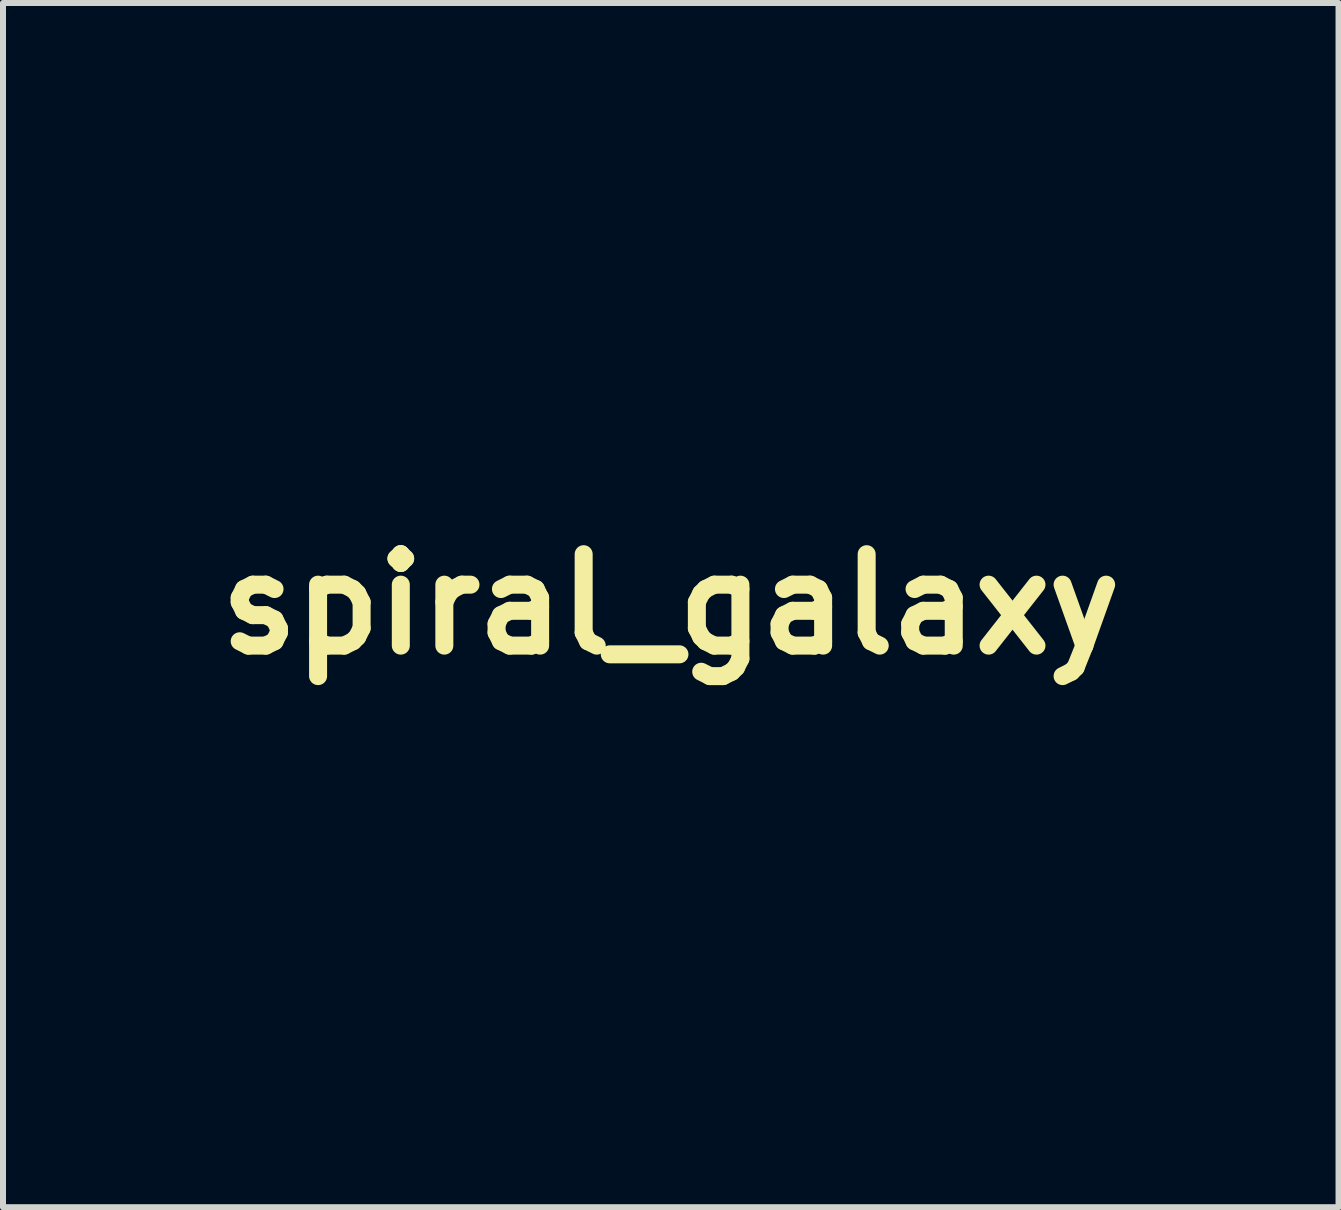
<source format=kicad_pcb>
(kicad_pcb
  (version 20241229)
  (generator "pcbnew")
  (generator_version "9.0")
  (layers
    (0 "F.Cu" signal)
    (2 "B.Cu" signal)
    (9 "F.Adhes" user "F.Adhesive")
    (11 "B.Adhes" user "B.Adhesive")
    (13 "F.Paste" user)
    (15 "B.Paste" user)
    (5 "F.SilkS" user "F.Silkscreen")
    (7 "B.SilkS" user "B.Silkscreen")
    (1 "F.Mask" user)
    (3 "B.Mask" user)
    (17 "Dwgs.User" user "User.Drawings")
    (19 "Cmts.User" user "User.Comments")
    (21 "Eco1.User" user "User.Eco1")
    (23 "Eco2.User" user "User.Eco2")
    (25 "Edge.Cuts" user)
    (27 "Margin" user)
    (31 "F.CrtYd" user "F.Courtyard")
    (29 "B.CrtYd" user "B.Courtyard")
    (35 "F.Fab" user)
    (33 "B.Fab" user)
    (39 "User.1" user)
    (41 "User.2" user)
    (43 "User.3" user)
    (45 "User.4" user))
  (footprint "spiral_galaxy"
    (layer "F.Cu")
    (at 8.13 7.022)
    (property "Reference" "spiral_galaxy" (at 0 0 0) (layer "F.SilkS") (effects (font (size 1.524 1.524) (thickness 0.3))))
    (attr through_hole)
    (fp_poly (pts (xy 0.244 -0.988) (xy 0.345 -0.951) (xy 0.528 -0.84) (xy 0.679 -0.683) (xy 0.789 -0.494) (xy 0.849 -0.287) (xy 0.857 -0.175) (xy 0.828 0.041) (xy 0.745 0.237) (xy 0.617 0.406) (xy 0.454 0.54) (xy 0.264 0.632) (xy 0.056 0.675) (xy -0.148 0.664) (xy -0.36 0.594) (xy -0.547 0.474) (xy -0.698 0.312) (xy -0.802 0.119) (xy -0.808 0.102) (xy -0.853 -0.117) (xy -0.849 -0.175) (xy -0.362 -0.175) (xy -0.334 -0.031) (xy -0.26 0.082) (xy -0.152 0.159) (xy -0.022 0.191) (xy 0.116 0.172) (xy 0.191 0.137) (xy 0.295 0.043) (xy 0.352 -0.078) (xy 0.363 -0.211) (xy 0.327 -0.339) (xy 0.244 -0.448) (xy 0.191 -0.487) (xy 0.053 -0.536) (xy -0.083 -0.531) (xy -0.205 -0.478) (xy -0.299 -0.384) (xy -0.353 -0.256) (xy -0.362 -0.175) (xy -0.849 -0.175) (xy -0.841 -0.326) (xy -0.78 -0.518) (xy -0.676 -0.689) (xy -0.536 -0.831) (xy -0.367 -0.938) (xy -0.176 -1.004) (xy 0.03 -1.023) (xy 0.244 -0.988)) (stroke (width 0.01) (type solid)) (fill yes) (layer "F.Mask"))
    (fp_poly (pts (xy 7.936 -1.25) (xy 7.974 -1.236) (xy 8.05 -1.191) (xy 8.097 -1.141) (xy 8.116 -1.069) (xy 8.125 -0.945) (xy 8.126 -0.778) (xy 8.118 -0.58) (xy 8.102 -0.361) (xy 8.094 -0.281) (xy 7.993 0.402) (xy 7.832 1.069) (xy 7.613 1.714) (xy 7.337 2.336) (xy 7.008 2.93) (xy 6.626 3.494) (xy 6.194 4.022) (xy 5.714 4.512) (xy 5.188 4.961) (xy 5.101 5.028) (xy 4.965 5.112) (xy 4.852 5.14) (xy 4.756 5.113) (xy 4.705 5.07) (xy 4.652 4.982) (xy 4.636 4.902) (xy 4.645 4.843) (xy 4.677 4.782) (xy 4.74 4.711) (xy 4.841 4.621) (xy 4.986 4.504) (xy 5.001 4.493) (xy 5.119 4.393) (xy 5.268 4.259) (xy 5.434 4.101) (xy 5.606 3.931) (xy 5.771 3.763) (xy 5.916 3.608) (xy 6.03 3.478) (xy 6.036 3.471) (xy 6.434 2.937) (xy 6.778 2.372) (xy 7.066 1.779) (xy 7.297 1.159) (xy 7.47 0.516) (xy 7.584 -0.147) (xy 7.623 -0.552) (xy 7.638 -0.763) (xy 7.651 -0.92) (xy 7.664 -1.032) (xy 7.679 -1.108) (xy 7.697 -1.156) (xy 7.722 -1.188) (xy 7.756 -1.21) (xy 7.782 -1.224) (xy 7.865 -1.256) (xy 7.936 -1.25)) (stroke (width 0.01) (type solid)) (fill yes) (layer "F.Mask"))
    (fp_poly (pts (xy -6.089 3.314) (xy -6.012 3.382) (xy -5.958 3.504) (xy -5.935 3.603) (xy -5.869 3.816) (xy -5.758 3.984) (xy -5.602 4.108) (xy -5.403 4.185) (xy -5.295 4.206) (xy -5.174 4.242) (xy -5.079 4.307) (xy -5.024 4.389) (xy -5.016 4.432) (xy -5.046 4.544) (xy -5.123 4.633) (xy -5.235 4.688) (xy -5.321 4.699) (xy -5.441 4.721) (xy -5.577 4.779) (xy -5.7 4.86) (xy -5.727 4.883) (xy -5.817 4.993) (xy -5.89 5.127) (xy -5.931 5.26) (xy -5.937 5.312) (xy -5.96 5.441) (xy -6.02 5.539) (xy -6.105 5.6) (xy -6.202 5.617) (xy -6.3 5.583) (xy -6.347 5.543) (xy -6.402 5.454) (xy -6.435 5.338) (xy -6.436 5.329) (xy -6.488 5.139) (xy -6.583 4.971) (xy -6.714 4.836) (xy -6.87 4.742) (xy -7.041 4.7) (xy -7.077 4.699) (xy -7.191 4.672) (xy -7.283 4.6) (xy -7.337 4.501) (xy -7.345 4.445) (xy -7.345 4.444) (xy -6.395 4.444) (xy -6.188 4.658) (xy -6.085 4.56) (xy -5.982 4.461) (xy -6.086 4.35) (xy -6.191 4.24) (xy -6.395 4.444) (xy -7.345 4.444) (xy -7.326 4.35) (xy -7.265 4.279) (xy -7.154 4.227) (xy -7.027 4.195) (xy -6.816 4.13) (xy -6.654 4.026) (xy -6.537 3.879) (xy -6.461 3.684) (xy -6.442 3.595) (xy -6.404 3.447) (xy -6.348 3.354) (xy -6.267 3.306) (xy -6.192 3.295) (xy -6.089 3.314)) (stroke (width 0.01) (type solid)) (fill yes) (layer "F.Mask"))
    (fp_poly (pts (xy 6.053 -6.99) (xy 6.135 -6.909) (xy 6.186 -6.774) (xy 6.194 -6.731) (xy 6.255 -6.517) (xy 6.364 -6.343) (xy 6.519 -6.212) (xy 6.57 -6.183) (xy 6.683 -6.135) (xy 6.791 -6.103) (xy 6.849 -6.096) (xy 6.962 -6.071) (xy 7.047 -6.007) (xy 7.098 -5.917) (xy 7.107 -5.818) (xy 7.069 -5.724) (xy 7.041 -5.693) (xy 6.97 -5.652) (xy 6.864 -5.613) (xy 6.78 -5.592) (xy 6.658 -5.56) (xy 6.546 -5.517) (xy 6.492 -5.487) (xy 6.356 -5.359) (xy 6.255 -5.194) (xy 6.199 -5.011) (xy 6.191 -4.919) (xy 6.164 -4.824) (xy 6.094 -4.752) (xy 6 -4.709) (xy 5.9 -4.702) (xy 5.811 -4.74) (xy 5.787 -4.762) (xy 5.752 -4.827) (xy 5.716 -4.929) (xy 5.694 -5.016) (xy 5.625 -5.228) (xy 5.513 -5.393) (xy 5.357 -5.513) (xy 5.157 -5.586) (xy 5.125 -5.593) (xy 4.961 -5.64) (xy 4.854 -5.708) (xy 4.801 -5.8) (xy 4.794 -5.861) (xy 5.747 -5.861) (xy 5.848 -5.756) (xy 5.95 -5.651) (xy 6.055 -5.753) (xy 6.16 -5.855) (xy 6.058 -5.96) (xy 5.956 -6.064) (xy 5.851 -5.963) (xy 5.747 -5.861) (xy 4.794 -5.861) (xy 4.794 -5.861) (xy 4.823 -5.966) (xy 4.9 -6.047) (xy 5.01 -6.091) (xy 5.062 -6.096) (xy 5.147 -6.11) (xy 5.257 -6.147) (xy 5.331 -6.18) (xy 5.499 -6.297) (xy 5.619 -6.455) (xy 5.69 -6.65) (xy 5.7 -6.709) (xy 5.739 -6.86) (xy 5.807 -6.963) (xy 5.9 -7.013) (xy 5.939 -7.017) (xy 6.053 -6.99)) (stroke (width 0.01) (type solid)) (fill yes) (layer "F.Mask"))
    (fp_poly (pts (xy 0.921 -4.836) (xy 1.026 -4.8) (xy 1.216 -4.683) (xy 1.368 -4.522) (xy 1.474 -4.328) (xy 1.526 -4.112) (xy 1.531 -4.049) (xy 1.535 -3.873) (xy 1.795 -3.684) (xy 2.123 -3.41) (xy 2.429 -3.087) (xy 2.705 -2.725) (xy 2.942 -2.335) (xy 3.132 -1.931) (xy 3.22 -1.686) (xy 3.33 -1.244) (xy 3.387 -0.793) (xy 3.391 -0.343) (xy 3.342 0.097) (xy 3.241 0.516) (xy 3.163 0.733) (xy 2.988 1.088) (xy 2.761 1.427) (xy 2.489 1.743) (xy 2.182 2.025) (xy 1.849 2.266) (xy 1.499 2.457) (xy 1.32 2.531) (xy 1.028 2.62) (xy 0.711 2.684) (xy 0.386 2.721) (xy 0.072 2.73) (xy -0.215 2.71) (xy -0.338 2.688) (xy -0.728 2.576) (xy -1.085 2.41) (xy -1.414 2.189) (xy -1.72 1.91) (xy -1.735 1.894) (xy -1.993 1.579) (xy -2.192 1.243) (xy -2.331 0.882) (xy -2.414 0.495) (xy -2.436 0.252) (xy -2.437 -0.056) (xy -2.406 -0.326) (xy -2.34 -0.576) (xy -2.24 -0.813) (xy -2.156 -0.977) (xy -2.08 -1.103) (xy -1.996 -1.215) (xy -1.889 -1.334) (xy -1.82 -1.406) (xy -1.55 -1.639) (xy -1.259 -1.819) (xy -0.951 -1.947) (xy -0.634 -2.023) (xy -0.314 -2.045) (xy 0.001 -2.015) (xy 0.307 -1.932) (xy 0.595 -1.795) (xy 0.86 -1.605) (xy 0.986 -1.484) (xy 1.162 -1.262) (xy 1.303 -1.007) (xy 1.403 -0.734) (xy 1.455 -0.462) (xy 1.46 -0.345) (xy 1.457 -0.236) (xy 1.44 -0.168) (xy 1.403 -0.12) (xy 1.377 -0.098) (xy 1.295 -0.051) (xy 1.217 -0.032) (xy 1.123 -0.06) (xy 1.043 -0.134) (xy 0.993 -0.233) (xy 0.984 -0.294) (xy 0.971 -0.423) (xy 0.935 -0.583) (xy 0.885 -0.746) (xy 0.826 -0.887) (xy 0.823 -0.894) (xy 0.713 -1.057) (xy 0.559 -1.216) (xy 0.379 -1.354) (xy 0.232 -1.436) (xy -0.028 -1.524) (xy -0.304 -1.555) (xy -0.586 -1.532) (xy -0.865 -1.457) (xy -1.131 -1.331) (xy -1.375 -1.156) (xy -1.456 -1.082) (xy -1.67 -0.829) (xy -1.827 -0.552) (xy -1.926 -0.255) (xy -1.966 0.059) (xy -1.948 0.386) (xy -1.87 0.723) (xy -1.733 1.065) (xy -1.726 1.078) (xy -1.541 1.388) (xy -1.312 1.652) (xy -1.038 1.871) (xy -0.792 2.012) (xy -0.52 2.131) (xy -0.264 2.207) (xy -0.003 2.243) (xy 0.287 2.245) (xy 0.318 2.244) (xy 0.726 2.192) (xy 1.115 2.083) (xy 1.479 1.919) (xy 1.813 1.706) (xy 2.113 1.446) (xy 2.374 1.144) (xy 2.591 0.803) (xy 2.76 0.428) (xy 2.831 0.205) (xy 2.862 0.078) (xy 2.883 -0.047) (xy 2.895 -0.189) (xy 2.9 -0.367) (xy 2.901 -0.492) (xy 2.898 -0.741) (xy 2.884 -0.95) (xy 2.856 -1.139) (xy 2.812 -1.332) (xy 2.747 -1.551) (xy 2.74 -1.572) (xy 2.587 -1.959) (xy 2.381 -2.335) (xy 2.131 -2.687) (xy 1.847 -3.003) (xy 1.536 -3.273) (xy 1.477 -3.316) (xy 1.321 -3.427) (xy 1.216 -3.347) (xy 1.022 -3.235) (xy 0.808 -3.175) (xy 0.589 -3.168) (xy 0.379 -3.216) (xy 0.344 -3.23) (xy 0.189 -3.323) (xy 0.05 -3.451) (xy -0.062 -3.598) (xy -0.135 -3.752) (xy -0.158 -3.881) (xy -0.162 -3.931) (xy -0.184 -3.957) (xy -0.238 -3.969) (xy -0.34 -3.974) (xy -0.341 -3.974) (xy -0.818 -3.97) (xy -1.258 -3.926) (xy -1.676 -3.841) (xy -2.086 -3.712) (xy -2.241 -3.652) (xy -2.705 -3.429) (xy -3.139 -3.153) (xy -3.536 -2.83) (xy -3.895 -2.464) (xy -4.209 -2.06) (xy -4.475 -1.623) (xy -4.69 -1.158) (xy -4.847 -0.669) (xy -4.856 -0.637) (xy -4.934 -0.224) (xy -4.976 0.222) (xy -4.98 0.683) (xy -4.947 1.141) (xy -4.89 1.508) (xy -4.745 2.083) (xy -4.542 2.634) (xy -4.286 3.157) (xy -3.979 3.648) (xy -3.623 4.104) (xy -3.222 4.521) (xy -2.779 4.896) (xy -2.297 5.226) (xy -1.778 5.505) (xy -1.484 5.635) (xy -1.238 5.735) (xy -1.081 5.584) (xy -0.895 5.444) (xy -0.692 5.361) (xy -0.48 5.336) (xy -0.27 5.367) (xy -0.071 5.454) (xy 0.097 5.587) (xy 0.192 5.699) (xy 0.272 5.823) (xy 0.302 5.887) (xy 0.361 6.041) (xy 0.887 6.023) (xy 1.403 5.988) (xy 1.892 5.92) (xy 2.369 5.815) (xy 2.851 5.668) (xy 3.351 5.478) (xy 3.536 5.399) (xy 3.694 5.331) (xy 3.805 5.287) (xy 3.883 5.263) (xy 3.938 5.256) (xy 3.982 5.264) (xy 4.001 5.271) (xy 4.091 5.337) (xy 4.141 5.432) (xy 4.143 5.536) (xy 4.124 5.584) (xy 4.057 5.657) (xy 3.934 5.74) (xy 3.766 5.83) (xy 3.559 5.924) (xy 3.321 6.019) (xy 3.06 6.111) (xy 2.784 6.199) (xy 2.501 6.279) (xy 2.219 6.348) (xy 1.946 6.404) (xy 1.896 6.412) (xy 1.719 6.439) (xy 1.515 6.463) (xy 1.296 6.485) (xy 1.076 6.504) (xy 0.866 6.517) (xy 0.679 6.526) (xy 0.528 6.528) (xy 0.426 6.523) (xy 0.416 6.522) (xy 0.34 6.515) (xy 0.294 6.536) (xy 0.252 6.597) (xy 0.239 6.621) (xy 0.119 6.782) (xy -0.044 6.911) (xy -0.236 7) (xy -0.442 7.045) (xy -0.647 7.038) (xy -0.73 7.019) (xy -0.909 6.941) (xy -1.068 6.818) (xy -1.139 6.743) (xy -1.221 6.639) (xy -1.278 6.532) (xy -1.321 6.4) (xy -1.348 6.283) (xy -1.368 6.232) (xy -1.415 6.191) (xy -0.857 6.191) (xy -0.831 6.338) (xy -0.752 6.452) (xy -0.619 6.534) (xy -0.572 6.552) (xy -0.492 6.558) (xy -0.389 6.54) (xy -0.295 6.506) (xy -0.279 6.497) (xy -0.198 6.412) (xy -0.151 6.293) (xy -0.14 6.161) (xy -0.167 6.035) (xy -0.213 5.961) (xy -0.329 5.869) (xy -0.458 5.83) (xy -0.587 5.839) (xy -0.704 5.891) (xy -0.795 5.982) (xy -0.848 6.107) (xy -0.857 6.191) (xy -1.415 6.191) (xy -1.415 6.191) (xy -1.503 6.149) (xy -1.563 6.126) (xy -2.064 5.911) (xy -2.554 5.638) (xy -3.026 5.313) (xy -3.473 4.943) (xy -3.887 4.532) (xy -4.261 4.087) (xy -4.449 3.826) (xy -4.581 3.617) (xy -4.721 3.37) (xy -4.858 3.106) (xy -4.98 2.846) (xy -5.075 2.619) (xy -5.249 2.087) (xy -5.373 1.541) (xy -5.447 0.989) (xy -5.471 0.441) (xy -5.443 -0.094) (xy -5.363 -0.606) (xy -5.32 -0.788) (xy -5.154 -1.305) (xy -4.932 -1.798) (xy -4.658 -2.263) (xy -4.336 -2.694) (xy -3.971 -3.088) (xy -3.566 -3.44) (xy -3.125 -3.746) (xy -2.652 -4.002) (xy -2.537 -4.049) (xy 0.322 -4.049) (xy 0.335 -3.911) (xy 0.396 -3.792) (xy 0.499 -3.703) (xy 0.635 -3.656) (xy 0.695 -3.651) (xy 0.79 -3.659) (xy 0.862 -3.692) (xy 0.939 -3.762) (xy 0.941 -3.765) (xy 1.026 -3.892) (xy 1.048 -4.029) (xy 1.008 -4.175) (xy 1 -4.192) (xy 0.913 -4.297) (xy 0.798 -4.359) (xy 0.668 -4.376) (xy 0.54 -4.349) (xy 0.429 -4.277) (xy 0.366 -4.192) (xy 0.322 -4.049) (xy -2.537 -4.049) (xy -2.159 -4.201) (xy -1.736 -4.323) (xy -1.299 -4.411) (xy -0.865 -4.46) (xy -0.454 -4.47) (xy -0.325 -4.464) (xy -0.198 -4.458) (xy -0.098 -4.458) (xy -0.041 -4.464) (xy -0.032 -4.47) (xy -0.007 -4.519) (xy 0.057 -4.588) (xy 0.147 -4.665) (xy 0.247 -4.737) (xy 0.327 -4.783) (xy 0.512 -4.845) (xy 0.718 -4.863) (xy 0.921 -4.836)) (stroke (width 0.01) (type solid)) (fill yes) (layer "F.Mask"))
    (fp_poly (pts (xy 0.006 -6.836) (xy 0.615 -6.746) (xy 1.206 -6.597) (xy 1.774 -6.389) (xy 2.318 -6.124) (xy 2.835 -5.803) (xy 3.323 -5.428) (xy 3.778 -4.998) (xy 3.986 -4.771) (xy 4.347 -4.314) (xy 4.66 -3.824) (xy 4.925 -3.306) (xy 5.14 -2.767) (xy 5.302 -2.213) (xy 5.412 -1.65) (xy 5.465 -1.084) (xy 5.463 -0.52) (xy 5.401 0.034) (xy 5.349 0.303) (xy 5.266 0.67) (xy 5.378 0.794) (xy 5.472 0.933) (xy 5.545 1.106) (xy 5.584 1.284) (xy 5.588 1.354) (xy 5.567 1.496) (xy 5.511 1.656) (xy 5.431 1.807) (xy 5.347 1.917) (xy 5.196 2.048) (xy 5.038 2.129) (xy 4.853 2.169) (xy 4.726 2.176) (xy 4.483 2.18) (xy 4.326 2.368) (xy 3.946 2.771) (xy 3.527 3.127) (xy 3.073 3.431) (xy 2.586 3.683) (xy 2.07 3.881) (xy 1.528 4.022) (xy 1.175 4.082) (xy 0.934 4.107) (xy 0.683 4.12) (xy 0.445 4.12) (xy 0.246 4.108) (xy 0.238 4.107) (xy -0.288 4.017) (xy -0.78 3.875) (xy -1.237 3.68) (xy -1.659 3.433) (xy -2.044 3.135) (xy -2.391 2.786) (xy -2.552 2.591) (xy -2.843 2.168) (xy -3.071 1.731) (xy -3.238 1.278) (xy -3.345 0.808) (xy -3.391 0.32) (xy -3.389 -0.007) (xy -3.339 -0.461) (xy -3.233 -0.889) (xy -3.068 -1.29) (xy -2.846 -1.665) (xy -2.566 -2.014) (xy -2.542 -2.039) (xy -2.212 -2.355) (xy -1.866 -2.611) (xy -1.5 -2.808) (xy -1.111 -2.949) (xy -0.692 -3.036) (xy -0.318 -3.069) (xy -0.047 -3.073) (xy 0.182 -3.06) (xy 0.391 -3.026) (xy 0.599 -2.969) (xy 0.812 -2.89) (xy 1.142 -2.726) (xy 1.454 -2.509) (xy 1.734 -2.249) (xy 1.974 -1.956) (xy 2.132 -1.696) (xy 2.255 -1.442) (xy 2.341 -1.211) (xy 2.396 -0.981) (xy 2.428 -0.729) (xy 2.436 -0.601) (xy 2.437 -0.294) (xy 2.406 -0.024) (xy 2.339 0.227) (xy 2.232 0.48) (xy 2.222 0.501) (xy 2.033 0.813) (xy 1.803 1.079) (xy 1.526 1.302) (xy 1.222 1.476) (xy 0.977 1.582) (xy 0.749 1.649) (xy 0.512 1.682) (xy 0.318 1.689) (xy -0.015 1.664) (xy -0.32 1.584) (xy -0.602 1.447) (xy -0.758 1.34) (xy -0.988 1.131) (xy -1.178 0.886) (xy -1.324 0.615) (xy -1.42 0.329) (xy -1.46 0.04) (xy -1.46 -0.004) (xy -1.457 -0.113) (xy -1.44 -0.181) (xy -1.403 -0.23) (xy -1.377 -0.252) (xy -1.295 -0.298) (xy -1.217 -0.318) (xy -1.129 -0.289) (xy -1.05 -0.217) (xy -0.997 -0.122) (xy -0.984 -0.05) (xy -0.971 0.074) (xy -0.937 0.229) (xy -0.888 0.389) (xy -0.831 0.528) (xy -0.823 0.545) (xy -0.713 0.708) (xy -0.559 0.866) (xy -0.379 1.004) (xy -0.232 1.087) (xy 0.028 1.175) (xy 0.304 1.206) (xy 0.586 1.183) (xy 0.865 1.107) (xy 1.131 0.981) (xy 1.375 0.807) (xy 1.456 0.732) (xy 1.67 0.48) (xy 1.827 0.203) (xy 1.926 -0.094) (xy 1.966 -0.408) (xy 1.948 -0.736) (xy 1.87 -1.072) (xy 1.733 -1.414) (xy 1.726 -1.427) (xy 1.541 -1.738) (xy 1.312 -2.001) (xy 1.038 -2.221) (xy 0.792 -2.361) (xy 0.52 -2.481) (xy 0.264 -2.556) (xy 0.003 -2.592) (xy -0.287 -2.594) (xy -0.318 -2.593) (xy -0.728 -2.541) (xy -1.119 -2.431) (xy -1.486 -2.265) (xy -1.824 -2.049) (xy -2.126 -1.784) (xy -2.388 -1.475) (xy -2.605 -1.124) (xy -2.637 -1.062) (xy -2.785 -0.688) (xy -2.876 -0.296) (xy -2.913 0.106) (xy -2.896 0.514) (xy -2.827 0.921) (xy -2.709 1.32) (xy -2.544 1.706) (xy -2.333 2.071) (xy -2.078 2.411) (xy -1.781 2.719) (xy -1.444 2.989) (xy -1.381 3.031) (xy -0.998 3.258) (xy -0.617 3.427) (xy -0.226 3.542) (xy 0.189 3.606) (xy 0.593 3.624) (xy 1.117 3.593) (xy 1.629 3.5) (xy 2.126 3.346) (xy 2.603 3.134) (xy 3.056 2.865) (xy 3.191 2.769) (xy 3.352 2.642) (xy 3.529 2.486) (xy 3.705 2.318) (xy 3.861 2.156) (xy 3.948 2.057) (xy 4.07 1.907) (xy 3.972 1.71) (xy 3.892 1.503) (xy 3.881 1.4) (xy 4.372 1.4) (xy 4.409 1.513) (xy 4.489 1.609) (xy 4.607 1.673) (xy 4.682 1.695) (xy 4.746 1.699) (xy 4.828 1.682) (xy 4.881 1.668) (xy 4.968 1.613) (xy 5.04 1.515) (xy 5.082 1.395) (xy 5.089 1.328) (xy 5.061 1.183) (xy 4.979 1.07) (xy 4.848 0.995) (xy 4.835 0.99) (xy 4.694 0.971) (xy 4.574 1.001) (xy 4.478 1.071) (xy 4.41 1.168) (xy 4.373 1.282) (xy 4.372 1.4) (xy 3.881 1.4) (xy 3.871 1.307) (xy 3.908 1.109) (xy 3.971 0.957) (xy 4.092 0.777) (xy 4.249 0.631) (xy 4.431 0.53) (xy 4.624 0.48) (xy 4.685 0.477) (xy 4.814 0.476) (xy 4.868 0.246) (xy 4.925 -0.038) (xy 4.962 -0.311) (xy 4.98 -0.599) (xy 4.984 -0.821) (xy 4.954 -1.402) (xy 4.863 -1.97) (xy 4.715 -2.522) (xy 4.51 -3.054) (xy 4.253 -3.561) (xy 3.945 -4.041) (xy 3.588 -4.488) (xy 3.186 -4.9) (xy 2.74 -5.272) (xy 2.253 -5.601) (xy 1.85 -5.823) (xy 1.34 -6.043) (xy 0.805 -6.208) (xy 0.249 -6.318) (xy -0.322 -6.375) (xy -0.903 -6.378) (xy -1.49 -6.329) (xy -2.077 -6.227) (xy -2.66 -6.075) (xy -3.232 -5.871) (xy -3.79 -5.618) (xy -4.329 -5.315) (xy -4.826 -4.976) (xy -5.061 -4.788) (xy -5.315 -4.562) (xy -5.573 -4.314) (xy -5.819 -4.06) (xy -6.037 -3.814) (xy -6.111 -3.724) (xy -6.238 -3.564) (xy -6.33 -3.445) (xy -6.389 -3.357) (xy -6.42 -3.292) (xy -6.426 -3.239) (xy -6.411 -3.191) (xy -6.379 -3.138) (xy -6.357 -3.106) (xy -6.245 -2.896) (xy -6.197 -2.683) (xy -6.211 -2.461) (xy -6.256 -2.306) (xy -6.354 -2.125) (xy -6.498 -1.97) (xy -6.673 -1.85) (xy -6.866 -1.774) (xy -7.065 -1.749) (xy -7.103 -1.752) (xy -7.221 -1.762) (xy -7.31 -1.476) (xy -7.436 -1.024) (xy -7.53 -0.564) (xy -7.597 -0.077) (xy -7.637 0.397) (xy -7.648 0.568) (xy -7.66 0.688) (xy -7.677 0.767) (xy -7.703 0.817) (xy -7.741 0.85) (xy -7.796 0.876) (xy -7.798 0.877) (xy -7.88 0.904) (xy -7.943 0.899) (xy -8.001 0.873) (xy -8.055 0.838) (xy -8.092 0.79) (xy -8.115 0.72) (xy -8.125 0.618) (xy -8.125 0.472) (xy -8.115 0.274) (xy -8.115 0.274) (xy -8.051 -0.392) (xy -7.933 -1.031) (xy -7.759 -1.656) (xy -7.757 -1.661) (xy -7.645 -2.005) (xy -7.708 -2.074) (xy -7.805 -2.206) (xy -7.863 -2.352) (xy -7.887 -2.531) (xy -7.889 -2.594) (xy -7.412 -2.594) (xy -7.377 -2.461) (xy -7.298 -2.35) (xy -7.181 -2.264) (xy -7.056 -2.239) (xy -6.915 -2.272) (xy -6.866 -2.293) (xy -6.77 -2.373) (xy -6.71 -2.488) (xy -6.691 -2.62) (xy -6.715 -2.75) (xy -6.753 -2.82) (xy -6.825 -2.886) (xy -6.922 -2.942) (xy -6.943 -2.95) (xy -7.031 -2.976) (xy -7.098 -2.973) (xy -7.179 -2.941) (xy -7.194 -2.934) (xy -7.318 -2.844) (xy -7.391 -2.726) (xy -7.412 -2.594) (xy -7.889 -2.594) (xy -7.889 -2.603) (xy -7.876 -2.802) (xy -7.828 -2.964) (xy -7.738 -3.109) (xy -7.629 -3.227) (xy -7.449 -3.36) (xy -7.239 -3.439) (xy -7.047 -3.461) (xy -6.955 -3.465) (xy -6.897 -3.487) (xy -6.847 -3.541) (xy -6.81 -3.596) (xy -6.633 -3.845) (xy -6.417 -4.115) (xy -6.176 -4.392) (xy -5.922 -4.659) (xy -5.67 -4.902) (xy -5.621 -4.946) (xy -5.076 -5.39) (xy -4.504 -5.778) (xy -3.907 -6.107) (xy -3.286 -6.378) (xy -2.643 -6.59) (xy -1.98 -6.743) (xy -1.298 -6.835) (xy -0.619 -6.865) (xy 0.006 -6.836)) (stroke (width 0.01) (type solid)) (fill yes) (layer "F.Mask")))
  (gr_rect
    (start -3 -3)
    (end 19.261 17.072)
    (stroke (width 0.1) (type default))
    (fill no)
    (layer "Edge.Cuts")))
</source>
